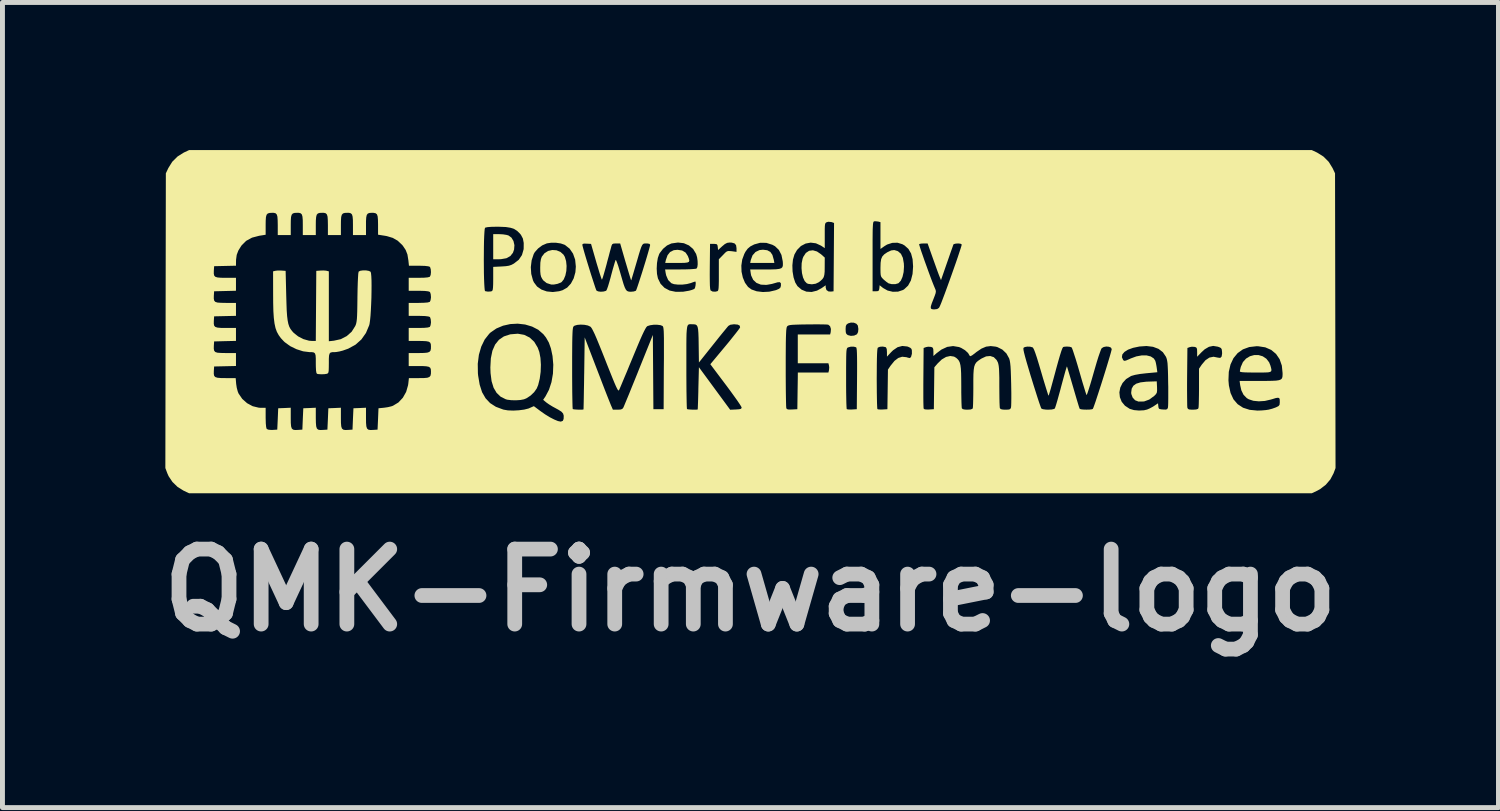
<source format=kicad_pcb>
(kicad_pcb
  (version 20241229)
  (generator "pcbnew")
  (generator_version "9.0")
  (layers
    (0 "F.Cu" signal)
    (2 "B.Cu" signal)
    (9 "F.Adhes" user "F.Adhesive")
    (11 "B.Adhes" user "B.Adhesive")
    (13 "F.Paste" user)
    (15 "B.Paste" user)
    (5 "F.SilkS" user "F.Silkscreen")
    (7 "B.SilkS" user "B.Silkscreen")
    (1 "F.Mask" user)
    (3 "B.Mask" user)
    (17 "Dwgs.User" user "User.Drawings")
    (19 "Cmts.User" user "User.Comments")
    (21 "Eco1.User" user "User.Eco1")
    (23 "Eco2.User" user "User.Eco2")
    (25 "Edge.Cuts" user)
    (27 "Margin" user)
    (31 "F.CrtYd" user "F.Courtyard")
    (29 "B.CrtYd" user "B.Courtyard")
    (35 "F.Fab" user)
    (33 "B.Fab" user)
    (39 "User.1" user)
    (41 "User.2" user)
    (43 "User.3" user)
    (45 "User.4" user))
  (footprint "QMK-Firmware-logo"
    (layer "F.Cu")
    (at 12.199 3.482)
    (property "Reference" "QMK-Firmware-logo" (at 0 5.46 0) (layer "Dwgs.User") (effects (font (size 1.524 1.524) (thickness 0.3))))
    (attr board_only exclude_from_pos_files exclude_from_bom)
    (fp_poly (pts (xy 0.342 -1.447) (xy 0.404 -1.413) (xy 0.446 -1.353) (xy 0.472 -1.261) (xy 0.473 -1.26) (xy 0.486 -1.189) (xy -0.005 -1.189) (xy 0.007 -1.249) (xy 0.042 -1.343) (xy 0.102 -1.411) (xy 0.183 -1.45) (xy 0.254 -1.458)) (stroke (width 0) (type solid)) (fill yes) (layer "F.SilkS"))
    (fp_poly (pts (xy -5.028 -1.77) (xy -4.958 -1.759) (xy -4.918 -1.748) (xy -4.856 -1.703) (xy -4.815 -1.634) (xy -4.796 -1.55) (xy -4.803 -1.461) (xy -4.826 -1.396) (xy -4.879 -1.329) (xy -4.958 -1.285) (xy -5.066 -1.266) (xy -5.109 -1.264) (xy -5.227 -1.264) (xy -5.227 -1.774) (xy -5.104 -1.774)) (stroke (width 0) (type solid)) (fill yes) (layer "F.SilkS"))
    (fp_poly (pts (xy -1.388 -1.442) (xy -1.318 -1.4) (xy -1.272 -1.33) (xy -1.251 -1.275) (xy -1.242 -1.237) (xy -1.25 -1.212) (xy -1.281 -1.198) (xy -1.337 -1.191) (xy -1.425 -1.189) (xy -1.489 -1.189) (xy -1.732 -1.189) (xy -1.718 -1.251) (xy -1.684 -1.347) (xy -1.632 -1.412) (xy -1.559 -1.448) (xy -1.481 -1.456)) (stroke (width 0) (type solid)) (fill yes) (layer "F.SilkS"))
    (fp_poly (pts (xy 8.262 1.336) (xy 8.263 1.403) (xy 8.258 1.445) (xy 8.241 1.476) (xy 8.209 1.509) (xy 8.206 1.512) (xy 8.104 1.587) (xy 7.997 1.626) (xy 7.885 1.628) (xy 7.816 1.601) (xy 7.766 1.546) (xy 7.739 1.473) (xy 7.737 1.444) (xy 7.747 1.366) (xy 7.78 1.307) (xy 7.838 1.265) (xy 7.925 1.238) (xy 8.044 1.224) (xy 8.097 1.222) (xy 8.256 1.217)) (stroke (width 0) (type solid)) (fill yes) (layer "F.SilkS"))
    (fp_poly (pts (xy 1.352 -1.422) (xy 1.435 -1.365) (xy 1.51 -1.298) (xy 1.509 -1.106) (xy 1.508 -1.011) (xy 1.501 -0.945) (xy 1.487 -0.897) (xy 1.46 -0.858) (xy 1.417 -0.819) (xy 1.389 -0.797) (xy 1.326 -0.767) (xy 1.248 -0.755) (xy 1.175 -0.764) (xy 1.145 -0.776) (xy 1.102 -0.821) (xy 1.069 -0.892) (xy 1.047 -0.983) (xy 1.038 -1.083) (xy 1.041 -1.184) (xy 1.06 -1.276) (xy 1.075 -1.315) (xy 1.126 -1.392) (xy 1.192 -1.436) (xy 1.269 -1.446)) (stroke (width 0) (type solid)) (fill yes) (layer "F.SilkS"))
    (fp_poly (pts (xy 10.325 0.683) (xy 10.41 0.708) (xy 10.483 0.757) (xy 10.54 0.831) (xy 10.566 0.896) (xy 10.58 0.947) (xy 10.587 0.984) (xy 10.582 1.009) (xy 10.562 1.025) (xy 10.521 1.034) (xy 10.455 1.037) (xy 10.359 1.038) (xy 10.266 1.038) (xy 10.142 1.037) (xy 10.052 1.035) (xy 9.992 1.031) (xy 9.958 1.025) (xy 9.945 1.016) (xy 9.945 1.014) (xy 9.95 0.982) (xy 9.962 0.931) (xy 9.965 0.921) (xy 10.007 0.826) (xy 10.07 0.755) (xy 10.149 0.707) (xy 10.236 0.683)) (stroke (width 0) (type solid)) (fill yes) (layer "F.SilkS"))
    (fp_poly (pts (xy -3.941 -1.446) (xy -3.862 -1.414) (xy -3.799 -1.358) (xy -3.772 -1.313) (xy -3.746 -1.226) (xy -3.736 -1.128) (xy -3.741 -1.027) (xy -3.761 -0.933) (xy -3.794 -0.854) (xy -3.837 -0.801) (xy -3.852 -0.791) (xy -3.921 -0.764) (xy -3.995 -0.75) (xy -4.048 -0.75) (xy -4.141 -0.78) (xy -4.209 -0.834) (xy -4.231 -0.865) (xy -4.253 -0.907) (xy -4.265 -0.953) (xy -4.271 -1.015) (xy -4.272 -1.094) (xy -4.269 -1.196) (xy -4.257 -1.268) (xy -4.239 -1.317) (xy -4.183 -1.388) (xy -4.11 -1.433) (xy -4.026 -1.452)) (stroke (width 0) (type solid)) (fill yes) (layer "F.SilkS"))
    (fp_poly (pts (xy 2.986 -1.432) (xy 2.999 -1.426) (xy 3.058 -1.375) (xy 3.097 -1.293) (xy 3.117 -1.179) (xy 3.12 -1.115) (xy 3.113 -1.004) (xy 3.09 -0.906) (xy 3.056 -0.829) (xy 3.011 -0.78) (xy 3.003 -0.775) (xy 2.943 -0.758) (xy 2.871 -0.758) (xy 2.808 -0.774) (xy 2.802 -0.777) (xy 2.765 -0.803) (xy 2.718 -0.842) (xy 2.703 -0.855) (xy 2.675 -0.884) (xy 2.657 -0.91) (xy 2.647 -0.943) (xy 2.643 -0.992) (xy 2.642 -1.068) (xy 2.642 -1.089) (xy 2.645 -1.192) (xy 2.656 -1.266) (xy 2.679 -1.32) (xy 2.718 -1.363) (xy 2.776 -1.403) (xy 2.783 -1.407) (xy 2.859 -1.443) (xy 2.922 -1.451)) (stroke (width 0) (type solid)) (fill yes) (layer "F.SilkS"))
    (fp_poly (pts (xy -4.597 0.272) (xy -4.486 0.327) (xy -4.393 0.414) (xy -4.323 0.531) (xy -4.29 0.621) (xy -4.267 0.741) (xy -4.258 0.879) (xy -4.263 1.025) (xy -4.282 1.165) (xy -4.313 1.29) (xy -4.342 1.361) (xy -4.395 1.437) (xy -4.47 1.508) (xy -4.553 1.562) (xy -4.602 1.582) (xy -4.675 1.596) (xy -4.766 1.602) (xy -4.859 1.6) (xy -4.94 1.59) (xy -4.972 1.581) (xy -5.076 1.529) (xy -5.158 1.451) (xy -5.219 1.347) (xy -5.26 1.214) (xy -5.281 1.05) (xy -5.285 0.934) (xy -5.275 0.749) (xy -5.243 0.594) (xy -5.188 0.469) (xy -5.111 0.373) (xy -5.01 0.304) (xy -4.885 0.263) (xy -4.873 0.261) (xy -4.727 0.249)) (stroke (width 0) (type solid)) (fill yes) (layer "F.SilkS"))
    (fp_poly (pts (xy -7.809 -1.037) (xy -7.753 -1.027) (xy -7.719 -1.01) (xy -7.718 -1.009) (xy -7.71 -0.98) (xy -7.704 -0.919) (xy -7.7 -0.832) (xy -7.699 -0.726) (xy -7.7 -0.607) (xy -7.702 -0.481) (xy -7.707 -0.354) (xy -7.713 -0.231) (xy -7.72 -0.12) (xy -7.729 -0.027) (xy -7.739 0.044) (xy -7.746 0.075) (xy -7.813 0.234) (xy -7.906 0.366) (xy -8.025 0.472) (xy -8.173 0.553) (xy -8.283 0.592) (xy -8.353 0.61) (xy -8.418 0.621) (xy -8.447 0.623) (xy -8.497 0.624) (xy -8.532 0.632) (xy -8.552 0.653) (xy -8.563 0.694) (xy -8.567 0.761) (xy -8.567 0.849) (xy -8.568 0.939) (xy -8.57 0.998) (xy -8.575 1.033) (xy -8.585 1.052) (xy -8.601 1.061) (xy -8.61 1.064) (xy -8.663 1.072) (xy -8.728 1.073) (xy -8.785 1.069) (xy -8.808 1.063) (xy -8.819 1.045) (xy -8.827 0.999) (xy -8.831 0.921) (xy -8.832 0.85) (xy -8.832 0.754) (xy -8.836 0.69) (xy -8.848 0.651) (xy -8.87 0.631) (xy -8.907 0.624) (xy -8.96 0.623) (xy -9.089 0.607) (xy -9.224 0.564) (xy -9.353 0.501) (xy -9.463 0.421) (xy -9.484 0.401) (xy -9.541 0.34) (xy -9.586 0.278) (xy -9.623 0.211) (xy -9.651 0.133) (xy -9.671 0.04) (xy -9.685 -0.072) (xy -9.694 -0.208) (xy -9.698 -0.374) (xy -9.699 -0.552) (xy -9.7 -1.018) (xy -9.656 -1.029) (xy -9.609 -1.035) (xy -9.547 -1.035) (xy -9.528 -1.034) (xy -9.445 -1.028) (xy -9.433 -0.538) (xy -9.428 -0.364) (xy -9.423 -0.223) (xy -9.415 -0.11) (xy -9.404 -0.021) (xy -9.39 0.049) (xy -9.371 0.106) (xy -9.346 0.153) (xy -9.314 0.195) (xy -9.279 0.234) (xy -9.19 0.304) (xy -9.083 0.359) (xy -8.97 0.391) (xy -8.907 0.396) (xy -8.832 0.396) (xy -8.827 -0.316) (xy -8.822 -1.028) (xy -8.739 -1.034) (xy -8.676 -1.036) (xy -8.622 -1.032) (xy -8.611 -1.029) (xy -8.567 -1.018) (xy -8.567 0.402) (xy -8.465 0.391) (xy -8.324 0.36) (xy -8.203 0.297) (xy -8.103 0.208) (xy -8.031 0.094) (xy -8.019 0.066) (xy -8.01 0.036) (xy -8.003 -0.002) (xy -7.997 -0.051) (xy -7.993 -0.118) (xy -7.99 -0.206) (xy -7.988 -0.322) (xy -7.986 -0.47) (xy -7.986 -0.49) (xy -7.983 -0.655) (xy -7.979 -0.791) (xy -7.974 -0.897) (xy -7.969 -0.971) (xy -7.962 -1.009) (xy -7.96 -1.014) (xy -7.927 -1.03) (xy -7.872 -1.038)) (stroke (width 0) (type solid)) (fill yes) (layer "F.SilkS"))
    (fp_poly (pts (xy 11.514 -3.432) (xy 11.643 -3.351) (xy 11.751 -3.243) (xy 11.829 -3.116) (xy 11.879 -3.01) (xy 11.884 -0.015) (xy 11.889 2.979) (xy 11.848 3.088) (xy 11.784 3.209) (xy 11.691 3.318) (xy 11.577 3.406) (xy 11.521 3.437) (xy 11.407 3.491) (xy -11.407 3.491) (xy -11.521 3.437) (xy -11.641 3.362) (xy -11.745 3.261) (xy -11.823 3.144) (xy -11.848 3.088) (xy -11.889 2.979) (xy -11.885 0.555) (xy -10.905 0.555) (xy -10.897 0.595) (xy -10.874 0.621) (xy -10.83 0.635) (xy -10.76 0.64) (xy -10.66 0.642) (xy -10.454 0.642) (xy -10.454 0.905) (xy -10.898 0.915) (xy -10.904 1.006) (xy -10.905 1.065) (xy -10.897 1.105) (xy -10.874 1.13) (xy -10.829 1.144) (xy -10.758 1.15) (xy -10.662 1.151) (xy -10.46 1.151) (xy -10.45 1.27) (xy -10.438 1.348) (xy -10.418 1.423) (xy -10.402 1.463) (xy -10.327 1.573) (xy -10.228 1.661) (xy -10.115 1.722) (xy -9.992 1.752) (xy -9.95 1.755) (xy -9.851 1.755) (xy -9.851 1.959) (xy -9.848 2.07) (xy -9.841 2.144) (xy -9.83 2.183) (xy -9.827 2.186) (xy -9.792 2.2) (xy -9.731 2.205) (xy -9.709 2.204) (xy -9.615 2.198) (xy -9.605 1.981) (xy -9.596 1.764) (xy -9.468 1.759) (xy -9.341 1.753) (xy -9.341 1.959) (xy -9.34 2.061) (xy -9.334 2.131) (xy -9.32 2.175) (xy -9.294 2.198) (xy -9.254 2.206) (xy -9.196 2.204) (xy -9.105 2.198) (xy -9.096 1.981) (xy -9.086 1.764) (xy -8.959 1.759) (xy -8.832 1.753) (xy -8.832 1.959) (xy -8.83 2.061) (xy -8.824 2.131) (xy -8.81 2.175) (xy -8.785 2.198) (xy -8.745 2.206) (xy -8.687 2.204) (xy -8.596 2.198) (xy -8.586 1.981) (xy -8.577 1.764) (xy -8.449 1.759) (xy -8.322 1.753) (xy -8.322 1.959) (xy -8.321 2.061) (xy -8.315 2.131) (xy -8.301 2.175) (xy -8.275 2.198) (xy -8.235 2.206) (xy -8.177 2.204) (xy -8.086 2.198) (xy -8.077 1.981) (xy -8.067 1.764) (xy -7.94 1.759) (xy -7.812 1.753) (xy -7.812 1.959) (xy -7.811 2.061) (xy -7.805 2.131) (xy -7.791 2.175) (xy -7.766 2.198) (xy -7.725 2.206) (xy -7.668 2.204) (xy -7.577 2.198) (xy -7.567 1.981) (xy -7.558 1.764) (xy -7.445 1.753) (xy -7.369 1.742) (xy -7.298 1.725) (xy -7.264 1.713) (xy -7.153 1.646) (xy -7.063 1.55) (xy -6.996 1.431) (xy -6.957 1.295) (xy -6.952 1.26) (xy -6.94 1.151) (xy -6.735 1.151) (xy -6.635 1.15) (xy -6.567 1.144) (xy -6.525 1.129) (xy -6.502 1.103) (xy -6.493 1.062) (xy -6.492 1.015) (xy -6.495 0.97) (xy -6.508 0.94) (xy -6.537 0.921) (xy -6.588 0.911) (xy -6.666 0.906) (xy -6.741 0.906) (xy -6.944 0.906) (xy -6.944 0.86) (xy -5.541 0.86) (xy -5.538 1.053) (xy -5.533 1.102) (xy -5.502 1.285) (xy -5.453 1.438) (xy -5.382 1.561) (xy -5.29 1.659) (xy -5.173 1.734) (xy -5.029 1.788) (xy -5.016 1.792) (xy -4.928 1.807) (xy -4.82 1.811) (xy -4.706 1.805) (xy -4.598 1.791) (xy -4.51 1.769) (xy -4.489 1.76) (xy -4.401 1.721) (xy -4.269 1.82) (xy -4.172 1.888) (xy -4.076 1.947) (xy -3.986 1.993) (xy -3.911 2.024) (xy -3.856 2.035) (xy -3.85 2.034) (xy -3.813 2.02) (xy -3.797 1.983) (xy -3.796 1.974) (xy -3.794 1.916) (xy -3.807 1.871) (xy -3.841 1.833) (xy -3.902 1.794) (xy -3.948 1.769) (xy -4.023 1.728) (xy -4.093 1.685) (xy -4.144 1.649) (xy -4.149 1.645) (xy -4.212 1.592) (xy -4.164 1.521) (xy -4.094 1.389) (xy -4.043 1.233) (xy -4.013 1.06) (xy -4.009 0.953) (xy -3.623 0.953) (xy -3.623 1.125) (xy -3.622 1.285) (xy -3.621 1.429) (xy -3.619 1.554) (xy -3.617 1.655) (xy -3.615 1.729) (xy -3.612 1.771) (xy -3.611 1.78) (xy -3.588 1.786) (xy -3.542 1.79) (xy -3.486 1.793) (xy -3.434 1.793) (xy -3.399 1.79) (xy -3.393 1.788) (xy -3.391 1.769) (xy -3.39 1.716) (xy -3.388 1.633) (xy -3.386 1.525) (xy -3.384 1.396) (xy -3.381 1.25) (xy -3.379 1.09) (xy -3.378 1.054) (xy -3.368 0.324) (xy -3.124 0.96) (xy -3.066 1.11) (xy -3.011 1.254) (xy -2.96 1.386) (xy -2.915 1.501) (xy -2.878 1.594) (xy -2.851 1.661) (xy -2.838 1.694) (xy -2.795 1.793) (xy -2.7 1.793) (xy -2.64 1.79) (xy -2.605 1.778) (xy -2.584 1.753) (xy -2.583 1.75) (xy -2.571 1.724) (xy -2.547 1.666) (xy -2.512 1.582) (xy -2.467 1.474) (xy -2.416 1.347) (xy -2.358 1.205) (xy -2.296 1.052) (xy -2.272 0.991) (xy -1.983 0.274) (xy -1.972 1.783) (xy -1.764 1.783) (xy -1.76 0.951) (xy -1.758 0.751) (xy -1.758 0.616) (xy -1.302 0.616) (xy -1.302 0.799) (xy -1.302 0.924) (xy -1.302 1.098) (xy -1.301 1.262) (xy -1.3 1.409) (xy -1.298 1.538) (xy -1.296 1.643) (xy -1.294 1.721) (xy -1.291 1.768) (xy -1.29 1.78) (xy -1.267 1.786) (xy -1.221 1.79) (xy -1.165 1.793) (xy -1.113 1.793) (xy -1.078 1.79) (xy -1.072 1.788) (xy -1.07 1.769) (xy -1.068 1.717) (xy -1.065 1.638) (xy -1.062 1.538) (xy -1.059 1.422) (xy -1.058 1.357) (xy -1.047 0.93) (xy -0.412 1.794) (xy -0.296 1.789) (xy -0.23 1.784) (xy -0.195 1.776) (xy -0.181 1.761) (xy -0.179 1.749) (xy -0.19 1.725) (xy -0.221 1.676) (xy -0.269 1.605) (xy -0.332 1.517) (xy -0.405 1.416) (xy -0.487 1.305) (xy -0.497 1.292) (xy -0.765 0.936) (xy 0.717 0.936) (xy 0.717 1.107) (xy 0.718 1.267) (xy 0.719 1.411) (xy 0.721 1.536) (xy 0.723 1.638) (xy 0.725 1.712) (xy 0.728 1.755) (xy 0.729 1.764) (xy 0.744 1.782) (xy 0.778 1.79) (xy 0.839 1.789) (xy 0.847 1.789) (xy 0.953 1.783) (xy 0.958 1.411) (xy 0.962 1.158) (xy 1.944 1.158) (xy 1.944 1.306) (xy 1.945 1.442) (xy 1.947 1.561) (xy 1.949 1.659) (xy 1.952 1.731) (xy 1.955 1.773) (xy 1.957 1.781) (xy 1.982 1.788) (xy 2.032 1.79) (xy 2.066 1.789) (xy 2.161 1.783) (xy 2.166 1.162) (xy 2.166 1.161) (xy 2.566 1.161) (xy 2.567 1.309) (xy 2.568 1.444) (xy 2.57 1.563) (xy 2.572 1.661) (xy 2.575 1.732) (xy 2.578 1.773) (xy 2.58 1.781) (xy 2.605 1.788) (xy 2.654 1.79) (xy 2.688 1.789) (xy 2.783 1.783) (xy 2.788 1.426) (xy 3.513 1.426) (xy 3.513 1.546) (xy 3.514 1.645) (xy 3.516 1.718) (xy 3.518 1.761) (xy 3.519 1.77) (xy 3.541 1.786) (xy 3.595 1.79) (xy 3.628 1.789) (xy 3.727 1.783) (xy 3.732 1.357) (xy 3.737 0.931) (xy 3.805 0.852) (xy 3.888 0.772) (xy 3.975 0.721) (xy 4.06 0.702) (xy 4.137 0.714) (xy 4.18 0.739) (xy 4.211 0.767) (xy 4.236 0.798) (xy 4.254 0.837) (xy 4.267 0.889) (xy 4.276 0.959) (xy 4.281 1.052) (xy 4.283 1.173) (xy 4.284 1.319) (xy 4.284 1.442) (xy 4.286 1.553) (xy 4.288 1.646) (xy 4.291 1.716) (xy 4.294 1.756) (xy 4.295 1.763) (xy 4.315 1.782) (xy 4.359 1.791) (xy 4.406 1.793) (xy 4.471 1.789) (xy 4.507 1.777) (xy 4.518 1.763) (xy 4.521 1.736) (xy 4.524 1.677) (xy 4.526 1.592) (xy 4.528 1.488) (xy 4.529 1.37) (xy 4.529 1.327) (xy 4.529 1.182) (xy 4.531 1.069) (xy 4.537 0.983) (xy 4.547 0.919) (xy 4.564 0.871) (xy 4.588 0.834) (xy 4.623 0.802) (xy 4.668 0.771) (xy 4.696 0.753) (xy 4.788 0.71) (xy 4.872 0.702) (xy 4.945 0.726) (xy 5.002 0.783) (xy 5.027 0.83) (xy 5.037 0.863) (xy 5.045 0.905) (xy 5.051 0.963) (xy 5.054 1.04) (xy 5.057 1.143) (xy 5.057 1.277) (xy 5.057 1.32) (xy 5.058 1.442) (xy 5.059 1.553) (xy 5.061 1.646) (xy 5.064 1.716) (xy 5.067 1.756) (xy 5.069 1.763) (xy 5.088 1.782) (xy 5.131 1.791) (xy 5.182 1.793) (xy 5.241 1.791) (xy 5.273 1.783) (xy 5.289 1.764) (xy 5.295 1.746) (xy 5.298 1.714) (xy 5.3 1.65) (xy 5.301 1.561) (xy 5.301 1.452) (xy 5.299 1.33) (xy 5.298 1.269) (xy 5.294 1.12) (xy 5.29 1.004) (xy 5.285 0.915) (xy 5.278 0.847) (xy 5.27 0.797) (xy 5.259 0.757) (xy 5.257 0.751) (xy 5.201 0.65) (xy 5.119 0.572) (xy 5.078 0.551) (xy 5.546 0.551) (xy 5.549 0.583) (xy 5.56 0.635) (xy 5.579 0.709) (xy 5.607 0.81) (xy 5.645 0.939) (xy 5.693 1.1) (xy 5.71 1.154) (xy 5.754 1.297) (xy 5.796 1.429) (xy 5.833 1.546) (xy 5.865 1.643) (xy 5.89 1.715) (xy 5.906 1.759) (xy 5.911 1.769) (xy 5.942 1.783) (xy 6.001 1.791) (xy 6.048 1.793) (xy 6.122 1.789) (xy 6.17 1.778) (xy 6.184 1.769) (xy 6.194 1.745) (xy 6.212 1.689) (xy 6.236 1.608) (xy 6.264 1.507) (xy 6.296 1.392) (xy 6.313 1.326) (xy 6.345 1.208) (xy 6.374 1.102) (xy 6.398 1.016) (xy 6.417 0.953) (xy 6.428 0.919) (xy 6.431 0.914) (xy 6.438 0.933) (xy 6.453 0.984) (xy 6.476 1.06) (xy 6.505 1.157) (xy 6.538 1.27) (xy 6.558 1.338) (xy 6.593 1.458) (xy 6.625 1.567) (xy 6.652 1.657) (xy 6.673 1.726) (xy 6.687 1.766) (xy 6.69 1.774) (xy 6.714 1.784) (xy 6.762 1.79) (xy 6.824 1.792) (xy 6.885 1.791) (xy 6.935 1.785) (xy 6.956 1.778) (xy 6.966 1.758) (xy 6.985 1.707) (xy 7.012 1.63) (xy 7.044 1.532) (xy 7.074 1.441) (xy 7.497 1.441) (xy 7.507 1.54) (xy 7.544 1.632) (xy 7.61 1.712) (xy 7.704 1.774) (xy 7.708 1.776) (xy 7.793 1.801) (xy 7.895 1.81) (xy 7.996 1.805) (xy 8.06 1.79) (xy 8.115 1.766) (xy 8.18 1.731) (xy 8.203 1.716) (xy 8.282 1.663) (xy 8.288 1.723) (xy 8.294 1.76) (xy 8.31 1.778) (xy 8.348 1.786) (xy 8.383 1.789) (xy 8.437 1.791) (xy 8.466 1.783) (xy 8.48 1.761) (xy 8.484 1.747) (xy 8.487 1.715) (xy 8.489 1.651) (xy 8.49 1.561) (xy 8.49 1.452) (xy 8.49 1.406) (xy 8.872 1.406) (xy 8.873 1.526) (xy 8.874 1.626) (xy 8.875 1.699) (xy 8.877 1.743) (xy 8.878 1.75) (xy 8.889 1.775) (xy 8.912 1.788) (xy 8.957 1.792) (xy 8.99 1.793) (xy 9.056 1.789) (xy 9.092 1.777) (xy 9.103 1.763) (xy 9.107 1.736) (xy 9.11 1.677) (xy 9.112 1.592) (xy 9.114 1.489) (xy 9.115 1.372) (xy 9.115 1.346) (xy 9.115 1.195) (xy 9.713 1.195) (xy 9.722 1.3) (xy 9.756 1.454) (xy 9.815 1.582) (xy 9.9 1.681) (xy 10.01 1.753) (xy 10.145 1.796) (xy 10.303 1.811) (xy 10.387 1.808) (xy 10.47 1.801) (xy 10.53 1.792) (xy 10.602 1.773) (xy 10.672 1.748) (xy 10.686 1.742) (xy 10.73 1.72) (xy 10.751 1.694) (xy 10.756 1.65) (xy 10.756 1.629) (xy 10.755 1.585) (xy 10.745 1.558) (xy 10.721 1.55) (xy 10.677 1.556) (xy 10.605 1.578) (xy 10.574 1.587) (xy 10.453 1.615) (xy 10.331 1.623) (xy 10.219 1.612) (xy 10.125 1.581) (xy 10.086 1.558) (xy 10.019 1.489) (xy 9.975 1.399) (xy 9.951 1.292) (xy 9.94 1.208) (xy 10.347 1.208) (xy 10.491 1.208) (xy 10.602 1.206) (xy 10.684 1.202) (xy 10.741 1.193) (xy 10.779 1.178) (xy 10.8 1.157) (xy 10.81 1.126) (xy 10.813 1.085) (xy 10.813 1.049) (xy 10.798 0.897) (xy 10.753 0.767) (xy 10.68 0.66) (xy 10.583 0.579) (xy 10.462 0.526) (xy 10.32 0.504) (xy 10.285 0.503) (xy 10.136 0.52) (xy 10.007 0.567) (xy 9.9 0.643) (xy 9.815 0.746) (xy 9.755 0.874) (xy 9.72 1.024) (xy 9.713 1.195) (xy 9.115 1.195) (xy 9.115 0.96) (xy 9.171 0.877) (xy 9.247 0.787) (xy 9.326 0.734) (xy 9.41 0.717) (xy 9.499 0.735) (xy 9.546 0.741) (xy 9.574 0.714) (xy 9.584 0.655) (xy 9.583 0.619) (xy 9.577 0.568) (xy 9.561 0.54) (xy 9.525 0.522) (xy 9.495 0.512) (xy 9.403 0.497) (xy 9.317 0.515) (xy 9.23 0.566) (xy 9.166 0.625) (xy 9.077 0.717) (xy 9.077 0.623) (xy 9.075 0.566) (xy 9.066 0.536) (xy 9.044 0.522) (xy 9.027 0.517) (xy 8.97 0.513) (xy 8.928 0.521) (xy 8.879 0.539) (xy 8.873 1.123) (xy 8.872 1.27) (xy 8.872 1.406) (xy 8.49 1.406) (xy 8.49 1.328) (xy 8.488 1.25) (xy 8.486 1.107) (xy 8.483 0.995) (xy 8.479 0.91) (xy 8.475 0.847) (xy 8.468 0.8) (xy 8.46 0.763) (xy 8.449 0.731) (xy 8.441 0.714) (xy 8.38 0.624) (xy 8.292 0.557) (xy 8.18 0.515) (xy 8.048 0.499) (xy 7.904 0.509) (xy 7.775 0.536) (xy 7.673 0.573) (xy 7.6 0.619) (xy 7.557 0.67) (xy 7.548 0.726) (xy 7.572 0.781) (xy 7.587 0.796) (xy 7.606 0.8) (xy 7.639 0.791) (xy 7.693 0.768) (xy 7.727 0.752) (xy 7.841 0.71) (xy 7.95 0.69) (xy 8.05 0.69) (xy 8.134 0.711) (xy 8.196 0.752) (xy 8.226 0.798) (xy 8.238 0.841) (xy 8.25 0.903) (xy 8.255 0.936) (xy 8.268 1.032) (xy 8.04 1.053) (xy 7.918 1.067) (xy 7.817 1.085) (xy 7.745 1.105) (xy 7.732 1.11) (xy 7.633 1.171) (xy 7.561 1.251) (xy 7.515 1.343) (xy 7.497 1.441) (xy 7.074 1.441) (xy 7.081 1.419) (xy 7.121 1.296) (xy 7.162 1.167) (xy 7.202 1.039) (xy 7.24 0.916) (xy 7.274 0.803) (xy 7.303 0.706) (xy 7.325 0.629) (xy 7.338 0.578) (xy 7.341 0.561) (xy 7.325 0.531) (xy 7.284 0.514) (xy 7.232 0.509) (xy 7.179 0.519) (xy 7.138 0.543) (xy 7.123 0.571) (xy 7.101 0.631) (xy 7.071 0.717) (xy 7.037 0.826) (xy 7 0.953) (xy 6.974 1.043) (xy 6.938 1.169) (xy 6.905 1.28) (xy 6.876 1.373) (xy 6.853 1.443) (xy 6.837 1.485) (xy 6.83 1.496) (xy 6.821 1.474) (xy 6.804 1.422) (xy 6.78 1.343) (xy 6.749 1.242) (xy 6.715 1.125) (xy 6.682 1.01) (xy 6.645 0.883) (xy 6.61 0.767) (xy 6.578 0.669) (xy 6.553 0.592) (xy 6.534 0.542) (xy 6.524 0.525) (xy 6.486 0.514) (xy 6.43 0.51) (xy 6.375 0.514) (xy 6.354 0.52) (xy 6.34 0.542) (xy 6.318 0.599) (xy 6.289 0.691) (xy 6.253 0.815) (xy 6.21 0.97) (xy 6.197 1.02) (xy 6.162 1.149) (xy 6.13 1.266) (xy 6.103 1.365) (xy 6.08 1.442) (xy 6.065 1.491) (xy 6.058 1.509) (xy 6.058 1.509) (xy 6.05 1.492) (xy 6.034 1.443) (xy 6.01 1.367) (xy 5.98 1.269) (xy 5.945 1.154) (xy 5.908 1.027) (xy 5.86 0.865) (xy 5.821 0.737) (xy 5.789 0.642) (xy 5.764 0.576) (xy 5.745 0.539) (xy 5.735 0.527) (xy 5.685 0.513) (xy 5.626 0.511) (xy 5.575 0.52) (xy 5.55 0.535) (xy 5.546 0.551) (xy 5.078 0.551) (xy 5.018 0.521) (xy 4.985 0.512) (xy 4.882 0.5) (xy 4.788 0.512) (xy 4.694 0.552) (xy 4.592 0.621) (xy 4.559 0.648) (xy 4.501 0.691) (xy 4.467 0.706) (xy 4.457 0.7) (xy 4.422 0.641) (xy 4.36 0.584) (xy 4.283 0.538) (xy 4.239 0.52) (xy 4.118 0.5) (xy 3.998 0.517) (xy 3.88 0.572) (xy 3.784 0.644) (xy 3.718 0.702) (xy 3.718 0.616) (xy 3.715 0.562) (xy 3.704 0.533) (xy 3.679 0.52) (xy 3.668 0.517) (xy 3.611 0.513) (xy 3.569 0.521) (xy 3.519 0.539) (xy 3.514 1.142) (xy 3.513 1.29) (xy 3.513 1.426) (xy 2.788 1.426) (xy 2.794 0.978) (xy 2.849 0.897) (xy 2.927 0.801) (xy 3.004 0.742) (xy 3.083 0.717) (xy 3.169 0.726) (xy 3.197 0.735) (xy 3.236 0.744) (xy 3.259 0.727) (xy 3.264 0.718) (xy 3.281 0.657) (xy 3.28 0.587) (xy 3.272 0.558) (xy 3.248 0.535) (xy 3.201 0.513) (xy 3.184 0.508) (xy 3.085 0.498) (xy 2.99 0.523) (xy 2.899 0.585) (xy 2.859 0.624) (xy 2.774 0.715) (xy 2.774 0.624) (xy 2.77 0.561) (xy 2.755 0.528) (xy 2.744 0.521) (xy 2.689 0.51) (xy 2.632 0.514) (xy 2.592 0.53) (xy 2.589 0.532) (xy 2.582 0.55) (xy 2.577 0.591) (xy 2.573 0.657) (xy 2.57 0.751) (xy 2.568 0.876) (xy 2.567 1.033) (xy 2.566 1.161) (xy 2.166 1.161) (xy 2.167 0.984) (xy 2.167 0.84) (xy 2.166 0.728) (xy 2.164 0.644) (xy 2.161 0.585) (xy 2.156 0.547) (xy 2.15 0.528) (xy 2.147 0.525) (xy 2.1 0.512) (xy 2.04 0.512) (xy 1.985 0.527) (xy 1.98 0.529) (xy 1.97 0.536) (xy 1.962 0.547) (xy 1.956 0.567) (xy 1.951 0.6) (xy 1.948 0.648) (xy 1.946 0.717) (xy 1.945 0.811) (xy 1.944 0.932) (xy 1.944 1.086) (xy 1.944 1.158) (xy 0.962 1.158) (xy 0.963 1.038) (xy 1.584 1.038) (xy 1.596 0.991) (xy 1.601 0.934) (xy 1.596 0.896) (xy 1.584 0.849) (xy 0.962 0.849) (xy 0.962 0.264) (xy 1.619 0.264) (xy 1.631 0.217) (xy 1.635 0.161) (xy 1.934 0.161) (xy 1.937 0.219) (xy 1.949 0.253) (xy 1.974 0.274) (xy 1.981 0.278) (xy 2.041 0.293) (xy 2.107 0.287) (xy 2.161 0.262) (xy 2.166 0.257) (xy 2.187 0.215) (xy 2.193 0.153) (xy 2.183 0.087) (xy 2.181 0.081) (xy 2.152 0.046) (xy 2.101 0.025) (xy 2.04 0.023) (xy 1.983 0.04) (xy 1.983 0.04) (xy 1.953 0.063) (xy 1.938 0.094) (xy 1.934 0.147) (xy 1.934 0.161) (xy 1.635 0.161) (xy 1.635 0.151) (xy 1.618 0.097) (xy 1.583 0.067) (xy 1.577 0.065) (xy 1.546 0.062) (xy 1.484 0.06) (xy 1.397 0.059) (xy 1.291 0.059) (xy 1.174 0.06) (xy 1.153 0.06) (xy 1.023 0.062) (xy 0.925 0.065) (xy 0.855 0.068) (xy 0.807 0.073) (xy 0.777 0.08) (xy 0.758 0.089) (xy 0.745 0.101) (xy 0.744 0.103) (xy 0.737 0.118) (xy 0.732 0.144) (xy 0.727 0.186) (xy 0.724 0.245) (xy 0.721 0.326) (xy 0.719 0.432) (xy 0.718 0.566) (xy 0.717 0.731) (xy 0.717 0.93) (xy 0.717 0.936) (xy -0.765 0.936) (xy -0.815 0.869) (xy -0.516 0.51) (xy -0.433 0.41) (xy -0.359 0.317) (xy -0.296 0.238) (xy -0.248 0.176) (xy -0.218 0.134) (xy -0.21 0.12) (xy -0.218 0.085) (xy -0.258 0.064) (xy -0.332 0.057) (xy -0.335 0.057) (xy -0.408 0.067) (xy -0.448 0.09) (xy -0.469 0.114) (xy -0.509 0.163) (xy -0.566 0.232) (xy -0.635 0.317) (xy -0.712 0.414) (xy -0.764 0.479) (xy -1.047 0.834) (xy -1.052 0.469) (xy -1.054 0.334) (xy -1.058 0.232) (xy -1.064 0.159) (xy -1.074 0.11) (xy -1.09 0.08) (xy -1.112 0.064) (xy -1.143 0.058) (xy -1.181 0.057) (xy -1.21 0.056) (xy -1.233 0.056) (xy -1.253 0.06) (xy -1.268 0.071) (xy -1.28 0.092) (xy -1.288 0.127) (xy -1.294 0.179) (xy -1.299 0.25) (xy -1.301 0.345) (xy -1.302 0.466) (xy -1.302 0.616) (xy -1.758 0.616) (xy -1.758 0.585) (xy -1.758 0.45) (xy -1.758 0.343) (xy -1.76 0.26) (xy -1.762 0.198) (xy -1.766 0.154) (xy -1.77 0.125) (xy -1.776 0.106) (xy -1.783 0.095) (xy -1.786 0.092) (xy -1.828 0.075) (xy -1.894 0.067) (xy -1.968 0.067) (xy -2.039 0.077) (xy -2.092 0.094) (xy -2.097 0.097) (xy -2.114 0.114) (xy -2.135 0.148) (xy -2.163 0.201) (xy -2.199 0.277) (xy -2.244 0.378) (xy -2.299 0.508) (xy -2.366 0.669) (xy -2.395 0.739) (xy -2.455 0.883) (xy -2.51 1.018) (xy -2.561 1.138) (xy -2.604 1.241) (xy -2.637 1.32) (xy -2.66 1.373) (xy -2.669 1.393) (xy -2.676 1.402) (xy -2.685 1.401) (xy -2.697 1.387) (xy -2.713 1.358) (xy -2.736 1.31) (xy -2.766 1.241) (xy -2.805 1.146) (xy -2.854 1.024) (xy -2.915 0.872) (xy -2.947 0.79) (xy -3.018 0.611) (xy -3.077 0.466) (xy -3.125 0.349) (xy -3.164 0.259) (xy -3.196 0.193) (xy -3.22 0.147) (xy -3.24 0.118) (xy -3.252 0.106) (xy -3.303 0.082) (xy -3.373 0.068) (xy -3.449 0.064) (xy -3.52 0.07) (xy -3.575 0.086) (xy -3.596 0.103) (xy -3.603 0.117) (xy -3.608 0.143) (xy -3.613 0.184) (xy -3.616 0.243) (xy -3.619 0.323) (xy -3.621 0.427) (xy -3.622 0.558) (xy -3.623 0.721) (xy -3.623 0.917) (xy -3.623 0.953) (xy -4.009 0.953) (xy -4.006 0.879) (xy -4.022 0.699) (xy -4.023 0.696) (xy -4.054 0.549) (xy -4.096 0.43) (xy -4.154 0.328) (xy -4.208 0.259) (xy -4.311 0.169) (xy -4.437 0.104) (xy -4.578 0.062) (xy -4.728 0.045) (xy -4.88 0.053) (xy -5.027 0.086) (xy -5.163 0.143) (xy -5.282 0.225) (xy -5.308 0.25) (xy -5.4 0.367) (xy -5.47 0.511) (xy -5.518 0.677) (xy -5.541 0.86) (xy -6.944 0.86) (xy -6.944 0.642) (xy -6.738 0.642) (xy -6.637 0.64) (xy -6.569 0.634) (xy -6.526 0.62) (xy -6.502 0.594) (xy -6.493 0.554) (xy -6.492 0.505) (xy -6.495 0.461) (xy -6.508 0.43) (xy -6.537 0.411) (xy -6.588 0.401) (xy -6.666 0.397) (xy -6.741 0.396) (xy -6.944 0.396) (xy -6.944 0.132) (xy -6.741 0.132) (xy -6.632 0.13) (xy -6.557 0.123) (xy -6.517 0.112) (xy -6.514 0.109) (xy -6.5 0.077) (xy -6.492 0.025) (xy -6.492 0.009) (xy -6.497 -0.045) (xy -6.51 -0.085) (xy -6.514 -0.091) (xy -6.547 -0.102) (xy -6.615 -0.11) (xy -6.718 -0.113) (xy -6.741 -0.113) (xy -6.944 -0.113) (xy -6.944 -0.377) (xy -6.741 -0.377) (xy -6.632 -0.38) (xy -6.557 -0.386) (xy -6.517 -0.398) (xy -6.514 -0.4) (xy -6.5 -0.432) (xy -6.492 -0.484) (xy -6.492 -0.5) (xy -6.497 -0.555) (xy -6.51 -0.594) (xy -6.514 -0.6) (xy -6.547 -0.612) (xy -6.615 -0.62) (xy -6.718 -0.623) (xy -6.741 -0.623) (xy -6.944 -0.623) (xy -6.944 -0.887) (xy -6.741 -0.887) (xy -6.632 -0.889) (xy -6.557 -0.896) (xy -6.517 -0.907) (xy -6.514 -0.91) (xy -6.498 -0.945) (xy -6.492 -1.001) (xy -6.496 -1.059) (xy -6.509 -1.102) (xy -6.514 -1.11) (xy -6.547 -1.121) (xy -6.615 -1.129) (xy -6.717 -1.132) (xy -6.738 -1.132) (xy -6.939 -1.132) (xy -6.951 -1.245) (xy -6.952 -1.249) (xy -5.418 -1.249) (xy -5.417 -1.115) (xy -5.416 -0.986) (xy -5.413 -0.868) (xy -5.409 -0.767) (xy -5.404 -0.688) (xy -5.399 -0.636) (xy -5.392 -0.616) (xy -5.336 -0.606) (xy -5.275 -0.61) (xy -5.257 -0.615) (xy -5.244 -0.626) (xy -5.236 -0.649) (xy -5.231 -0.692) (xy -5.228 -0.76) (xy -5.227 -0.859) (xy -5.227 -0.868) (xy -5.227 -1.104) (xy -4.463 -1.104) (xy -4.454 -0.965) (xy -4.419 -0.836) (xy -4.4 -0.795) (xy -4.336 -0.71) (xy -4.247 -0.648) (xy -4.138 -0.61) (xy -4.017 -0.598) (xy -3.887 -0.614) (xy -3.817 -0.635) (xy -3.725 -0.687) (xy -3.649 -0.769) (xy -3.592 -0.875) (xy -3.557 -1) (xy -3.548 -1.115) (xy -3.562 -1.256) (xy -3.605 -1.378) (xy -3.674 -1.479) (xy -3.767 -1.553) (xy -3.775 -1.557) (xy -3.416 -1.557) (xy -3.41 -1.529) (xy -3.395 -1.472) (xy -3.372 -1.391) (xy -3.343 -1.293) (xy -3.31 -1.184) (xy -3.275 -1.071) (xy -3.24 -0.958) (xy -3.206 -0.853) (xy -3.176 -0.761) (xy -3.152 -0.688) (xy -3.135 -0.642) (xy -3.128 -0.627) (xy -3.095 -0.611) (xy -3.042 -0.604) (xy -2.985 -0.608) (xy -2.939 -0.621) (xy -2.926 -0.631) (xy -2.914 -0.658) (xy -2.894 -0.714) (xy -2.87 -0.794) (xy -2.843 -0.889) (xy -2.828 -0.947) (xy -2.801 -1.047) (xy -2.776 -1.133) (xy -2.756 -1.201) (xy -2.742 -1.242) (xy -2.738 -1.251) (xy -2.728 -1.239) (xy -2.711 -1.196) (xy -2.687 -1.129) (xy -2.661 -1.042) (xy -2.642 -0.977) (xy -2.606 -0.852) (xy -2.578 -0.758) (xy -2.554 -0.692) (xy -2.532 -0.648) (xy -2.509 -0.621) (xy -2.482 -0.609) (xy -2.449 -0.604) (xy -2.427 -0.604) (xy -2.372 -0.609) (xy -2.333 -0.622) (xy -2.326 -0.627) (xy -2.315 -0.652) (xy -2.296 -0.706) (xy -2.27 -0.784) (xy -2.239 -0.88) (xy -2.204 -0.988) (xy -2.177 -1.075) (xy -1.905 -1.075) (xy -1.899 -0.967) (xy -1.88 -0.875) (xy -1.879 -0.873) (xy -1.826 -0.765) (xy -1.746 -0.683) (xy -1.643 -0.628) (xy -1.517 -0.602) (xy -1.369 -0.604) (xy -1.246 -0.625) (xy -1.189 -0.641) (xy -1.147 -0.658) (xy -1.137 -0.664) (xy -1.125 -0.689) (xy -1.116 -0.73) (xy -1.112 -0.774) (xy -1.115 -0.805) (xy -1.12 -0.811) (xy -1.141 -0.806) (xy -1.184 -0.791) (xy -1.21 -0.781) (xy -1.291 -0.76) (xy -1.383 -0.749) (xy -1.475 -0.749) (xy -1.554 -0.758) (xy -1.609 -0.778) (xy -1.609 -0.779) (xy -1.672 -0.842) (xy -1.712 -0.935) (xy -1.716 -0.953) (xy -0.827 -0.953) (xy -0.826 -0.825) (xy -0.824 -0.731) (xy -0.819 -0.668) (xy -0.812 -0.635) (xy -0.809 -0.63) (xy -0.77 -0.608) (xy -0.714 -0.605) (xy -0.671 -0.615) (xy -0.66 -0.624) (xy -0.652 -0.645) (xy -0.647 -0.682) (xy -0.644 -0.741) (xy -0.642 -0.827) (xy -0.642 -0.945) (xy -0.642 -1.136) (xy -0.185 -1.136) (xy -0.181 -1.011) (xy -0.155 -0.893) (xy -0.111 -0.787) (xy -0.049 -0.702) (xy 0.021 -0.65) (xy 0.127 -0.613) (xy 0.252 -0.598) (xy 0.384 -0.605) (xy 0.513 -0.635) (xy 0.528 -0.64) (xy 0.582 -0.664) (xy 0.609 -0.689) (xy 0.619 -0.725) (xy 0.619 -0.775) (xy 0.598 -0.798) (xy 0.553 -0.796) (xy 0.508 -0.783) (xy 0.438 -0.763) (xy 0.356 -0.748) (xy 0.321 -0.743) (xy 0.212 -0.748) (xy 0.122 -0.784) (xy 0.055 -0.847) (xy 0.014 -0.935) (xy 0.006 -0.978) (xy -0.005 -1.057) (xy 0.296 -1.057) (xy 0.423 -1.057) (xy 0.518 -1.06) (xy 0.584 -1.068) (xy 0.627 -1.082) (xy 0.65 -1.105) (xy 0.659 -1.139) (xy 0.659 -1.14) (xy 0.852 -1.14) (xy 0.856 -1.016) (xy 0.876 -0.896) (xy 0.91 -0.792) (xy 0.955 -0.718) (xy 1.039 -0.646) (xy 1.136 -0.606) (xy 1.243 -0.599) (xy 1.352 -0.626) (xy 1.446 -0.677) (xy 1.529 -0.735) (xy 1.529 -0.691) (xy 1.544 -0.639) (xy 1.586 -0.61) (xy 1.636 -0.607) (xy 1.689 -0.613) (xy 2.482 -0.613) (xy 2.548 -0.613) (xy 2.592 -0.617) (xy 2.612 -0.634) (xy 2.62 -0.675) (xy 2.625 -0.736) (xy 2.695 -0.68) (xy 2.787 -0.628) (xy 2.893 -0.603) (xy 3 -0.606) (xy 3.099 -0.639) (xy 3.123 -0.653) (xy 3.203 -0.728) (xy 3.26 -0.832) (xy 3.294 -0.965) (xy 3.305 -1.117) (xy 3.295 -1.264) (xy 3.264 -1.381) (xy 3.21 -1.474) (xy 3.132 -1.544) (xy 3.087 -1.57) (xy 3.086 -1.57) (xy 3.428 -1.57) (xy 3.432 -1.55) (xy 3.447 -1.5) (xy 3.471 -1.426) (xy 3.503 -1.335) (xy 3.539 -1.231) (xy 3.579 -1.121) (xy 3.619 -1.01) (xy 3.658 -0.904) (xy 3.694 -0.809) (xy 3.725 -0.731) (xy 3.748 -0.676) (xy 3.748 -0.676) (xy 3.763 -0.64) (xy 3.768 -0.61) (xy 3.763 -0.575) (xy 3.746 -0.525) (xy 3.72 -0.458) (xy 3.685 -0.369) (xy 3.666 -0.309) (xy 3.664 -0.272) (xy 3.678 -0.253) (xy 3.709 -0.246) (xy 3.736 -0.245) (xy 3.794 -0.252) (xy 3.829 -0.275) (xy 3.838 -0.288) (xy 3.853 -0.319) (xy 3.878 -0.379) (xy 3.91 -0.463) (xy 3.949 -0.566) (xy 3.992 -0.683) (xy 4.038 -0.81) (xy 4.085 -0.941) (xy 4.131 -1.071) (xy 4.175 -1.196) (xy 4.214 -1.31) (xy 4.247 -1.41) (xy 4.273 -1.489) (xy 4.289 -1.542) (xy 4.293 -1.566) (xy 4.293 -1.566) (xy 4.267 -1.58) (xy 4.222 -1.585) (xy 4.172 -1.582) (xy 4.134 -1.572) (xy 4.123 -1.562) (xy 4.115 -1.537) (xy 4.096 -1.483) (xy 4.068 -1.405) (xy 4.035 -1.309) (xy 3.997 -1.2) (xy 3.993 -1.189) (xy 3.872 -0.84) (xy 3.845 -0.906) (xy 3.829 -0.946) (xy 3.804 -1.013) (xy 3.772 -1.102) (xy 3.736 -1.203) (xy 3.709 -1.278) (xy 3.6 -1.585) (xy 3.518 -1.585) (xy 3.466 -1.582) (xy 3.433 -1.574) (xy 3.428 -1.57) (xy 3.086 -1.57) (xy 2.988 -1.6) (xy 2.882 -1.597) (xy 2.777 -1.563) (xy 2.726 -1.532) (xy 2.642 -1.473) (xy 2.642 -2.018) (xy 2.596 -2.03) (xy 2.546 -2.036) (xy 2.516 -2.035) (xy 2.507 -2.031) (xy 2.5 -2.022) (xy 2.494 -2.005) (xy 2.49 -1.974) (xy 2.487 -1.928) (xy 2.484 -1.861) (xy 2.483 -1.772) (xy 2.482 -1.655) (xy 2.482 -1.508) (xy 2.482 -1.327) (xy 2.482 -0.613) (xy 1.689 -0.613) (xy 1.699 -2.001) (xy 1.651 -2.019) (xy 1.584 -2.026) (xy 1.557 -2.019) (xy 1.538 -2.011) (xy 1.525 -1.999) (xy 1.517 -1.977) (xy 1.512 -1.939) (xy 1.51 -1.877) (xy 1.51 -1.787) (xy 1.51 -1.746) (xy 1.51 -1.49) (xy 1.435 -1.54) (xy 1.331 -1.588) (xy 1.224 -1.602) (xy 1.121 -1.583) (xy 1.026 -1.533) (xy 0.947 -1.453) (xy 0.894 -1.361) (xy 0.864 -1.258) (xy 0.852 -1.14) (xy 0.659 -1.14) (xy 0.659 -1.186) (xy 0.656 -1.224) (xy 0.63 -1.352) (xy 0.578 -1.453) (xy 0.499 -1.529) (xy 0.446 -1.558) (xy 0.323 -1.597) (xy 0.198 -1.599) (xy 0.079 -1.566) (xy 0.076 -1.565) (xy -0.003 -1.524) (xy -0.057 -1.478) (xy -0.102 -1.416) (xy -0.125 -1.372) (xy -0.167 -1.258) (xy -0.185 -1.136) (xy -0.642 -1.136) (xy -0.642 -1.264) (xy -0.557 -1.351) (xy -0.511 -1.399) (xy -0.478 -1.424) (xy -0.445 -1.432) (xy -0.4 -1.429) (xy -0.378 -1.427) (xy -0.283 -1.414) (xy -0.283 -1.489) (xy -0.292 -1.55) (xy -0.323 -1.586) (xy -0.38 -1.602) (xy -0.424 -1.604) (xy -0.473 -1.597) (xy -0.521 -1.572) (xy -0.575 -1.527) (xy -0.658 -1.451) (xy -0.664 -1.513) (xy -0.671 -1.553) (xy -0.688 -1.571) (xy -0.729 -1.576) (xy -0.745 -1.576) (xy -0.821 -1.576) (xy -0.826 -1.116) (xy -0.827 -0.953) (xy -1.716 -0.953) (xy -1.723 -0.986) (xy -1.734 -1.057) (xy -1.428 -1.057) (xy -1.323 -1.058) (xy -1.23 -1.061) (xy -1.156 -1.066) (xy -1.108 -1.071) (xy -1.095 -1.075) (xy -1.079 -1.105) (xy -1.072 -1.16) (xy -1.074 -1.23) (xy -1.084 -1.303) (xy -1.103 -1.369) (xy -1.105 -1.374) (xy -1.165 -1.473) (xy -1.25 -1.545) (xy -1.353 -1.59) (xy -1.472 -1.604) (xy -1.6 -1.586) (xy -1.609 -1.584) (xy -1.695 -1.544) (xy -1.776 -1.476) (xy -1.842 -1.391) (xy -1.854 -1.37) (xy -1.882 -1.29) (xy -1.899 -1.187) (xy -1.905 -1.075) (xy -2.177 -1.075) (xy -2.169 -1.101) (xy -2.134 -1.214) (xy -2.102 -1.321) (xy -2.075 -1.414) (xy -2.054 -1.489) (xy -2.041 -1.539) (xy -2.038 -1.556) (xy -2.05 -1.576) (xy -2.088 -1.584) (xy -2.114 -1.585) (xy -2.142 -1.585) (xy -2.165 -1.582) (xy -2.183 -1.572) (xy -2.2 -1.551) (xy -2.218 -1.513) (xy -2.238 -1.456) (xy -2.264 -1.373) (xy -2.296 -1.262) (xy -2.323 -1.17) (xy -2.354 -1.065) (xy -2.381 -0.973) (xy -2.403 -0.9) (xy -2.417 -0.852) (xy -2.423 -0.835) (xy -2.43 -0.851) (xy -2.445 -0.898) (xy -2.467 -0.97) (xy -2.495 -1.064) (xy -2.527 -1.172) (xy -2.538 -1.208) (xy -2.647 -1.585) (xy -2.729 -1.585) (xy -2.78 -1.583) (xy -2.808 -1.57) (xy -2.823 -1.539) (xy -2.827 -1.524) (xy -2.837 -1.485) (xy -2.856 -1.418) (xy -2.879 -1.329) (xy -2.907 -1.227) (xy -2.925 -1.156) (xy -2.953 -1.055) (xy -2.978 -0.967) (xy -2.998 -0.9) (xy -3.013 -0.859) (xy -3.018 -0.849) (xy -3.026 -0.866) (xy -3.043 -0.915) (xy -3.067 -0.988) (xy -3.095 -1.082) (xy -3.128 -1.19) (xy -3.134 -1.212) (xy -3.239 -1.576) (xy -3.328 -1.581) (xy -3.383 -1.582) (xy -3.409 -1.574) (xy -3.416 -1.557) (xy -3.775 -1.557) (xy -3.781 -1.56) (xy -3.854 -1.585) (xy -3.948 -1.599) (xy -4.047 -1.6) (xy -4.135 -1.587) (xy -4.141 -1.585) (xy -4.231 -1.546) (xy -4.315 -1.483) (xy -4.382 -1.408) (xy -4.404 -1.37) (xy -4.446 -1.243) (xy -4.463 -1.104) (xy -5.227 -1.104) (xy -5.227 -1.109) (xy -5.061 -1.117) (xy -4.971 -1.123) (xy -4.907 -1.133) (xy -4.854 -1.151) (xy -4.806 -1.177) (xy -4.708 -1.253) (xy -4.643 -1.349) (xy -4.61 -1.463) (xy -4.608 -1.482) (xy -4.607 -1.595) (xy -4.624 -1.685) (xy -4.663 -1.759) (xy -4.685 -1.786) (xy -4.74 -1.84) (xy -4.801 -1.879) (xy -4.876 -1.904) (xy -4.97 -1.919) (xy -5.092 -1.924) (xy -5.14 -1.925) (xy -5.259 -1.923) (xy -5.341 -1.917) (xy -5.386 -1.907) (xy -5.393 -1.902) (xy -5.4 -1.877) (xy -5.405 -1.821) (xy -5.41 -1.738) (xy -5.414 -1.634) (xy -5.416 -1.514) (xy -5.417 -1.384) (xy -5.418 -1.249) (xy -6.952 -1.249) (xy -6.97 -1.361) (xy -7.006 -1.453) (xy -7.062 -1.537) (xy -7.078 -1.556) (xy -7.168 -1.641) (xy -7.268 -1.698) (xy -7.388 -1.734) (xy -7.426 -1.741) (xy -7.567 -1.763) (xy -7.567 -1.966) (xy -7.569 -2.066) (xy -7.575 -2.134) (xy -7.589 -2.176) (xy -7.615 -2.198) (xy -7.654 -2.207) (xy -7.69 -2.208) (xy -7.74 -2.205) (xy -7.774 -2.193) (xy -7.796 -2.165) (xy -7.807 -2.116) (xy -7.812 -2.039) (xy -7.812 -1.962) (xy -7.812 -1.755) (xy -8.077 -1.755) (xy -8.077 -1.959) (xy -8.078 -2.06) (xy -8.084 -2.13) (xy -8.096 -2.173) (xy -8.119 -2.197) (xy -8.153 -2.207) (xy -8.185 -2.208) (xy -8.241 -2.206) (xy -8.279 -2.195) (xy -8.303 -2.169) (xy -8.316 -2.123) (xy -8.321 -2.05) (xy -8.322 -1.962) (xy -8.322 -1.755) (xy -8.586 -1.755) (xy -8.586 -1.959) (xy -8.588 -2.06) (xy -8.593 -2.13) (xy -8.606 -2.173) (xy -8.628 -2.197) (xy -8.663 -2.207) (xy -8.695 -2.208) (xy -8.751 -2.206) (xy -8.789 -2.195) (xy -8.813 -2.169) (xy -8.825 -2.123) (xy -8.831 -2.05) (xy -8.832 -1.962) (xy -8.832 -1.755) (xy -9.096 -1.755) (xy -9.096 -1.959) (xy -9.097 -2.06) (xy -9.103 -2.13) (xy -9.115 -2.173) (xy -9.138 -2.197) (xy -9.172 -2.207) (xy -9.204 -2.208) (xy -9.26 -2.206) (xy -9.298 -2.195) (xy -9.322 -2.169) (xy -9.335 -2.123) (xy -9.34 -2.05) (xy -9.341 -1.962) (xy -9.341 -1.755) (xy -9.605 -1.755) (xy -9.605 -1.959) (xy -9.607 -2.06) (xy -9.612 -2.13) (xy -9.625 -2.173) (xy -9.647 -2.197) (xy -9.682 -2.207) (xy -9.714 -2.208) (xy -9.77 -2.205) (xy -9.808 -2.194) (xy -9.832 -2.168) (xy -9.845 -2.121) (xy -9.85 -2.048) (xy -9.851 -1.965) (xy -9.851 -1.762) (xy -9.983 -1.741) (xy -10.128 -1.703) (xy -10.247 -1.638) (xy -10.339 -1.546) (xy -10.347 -1.535) (xy -10.406 -1.44) (xy -10.439 -1.353) (xy -10.452 -1.257) (xy -10.453 -1.232) (xy -10.454 -1.133) (xy -10.676 -1.128) (xy -10.898 -1.123) (xy -10.904 -1.032) (xy -10.905 -0.973) (xy -10.897 -0.933) (xy -10.874 -0.908) (xy -10.83 -0.894) (xy -10.76 -0.888) (xy -10.66 -0.887) (xy -10.454 -0.887) (xy -10.454 -0.624) (xy -10.898 -0.613) (xy -10.904 -0.522) (xy -10.905 -0.464) (xy -10.897 -0.424) (xy -10.874 -0.398) (xy -10.83 -0.384) (xy -10.76 -0.379) (xy -10.66 -0.377) (xy -10.454 -0.377) (xy -10.454 -0.114) (xy -10.676 -0.109) (xy -10.898 -0.104) (xy -10.904 -0.013) (xy -10.905 0.046) (xy -10.897 0.086) (xy -10.874 0.111) (xy -10.83 0.125) (xy -10.76 0.131) (xy -10.66 0.132) (xy -10.454 0.132) (xy -10.454 0.395) (xy -10.676 0.4) (xy -10.898 0.406) (xy -10.904 0.497) (xy -10.905 0.555) (xy -11.885 0.555) (xy -11.884 -0.015) (xy -11.879 -3.01) (xy -11.829 -3.116) (xy -11.749 -3.245) (xy -11.64 -3.353) (xy -11.514 -3.432) (xy -11.407 -3.482) (xy 11.407 -3.482)) (stroke (width 0) (type solid)) (fill yes) (layer "F.SilkS")))
  (gr_rect
    (start -3 -3)
    (end 27.399 13.36)
    (stroke (width 0.1) (type default))
    (fill no)
    (layer "Edge.Cuts")))
</source>
